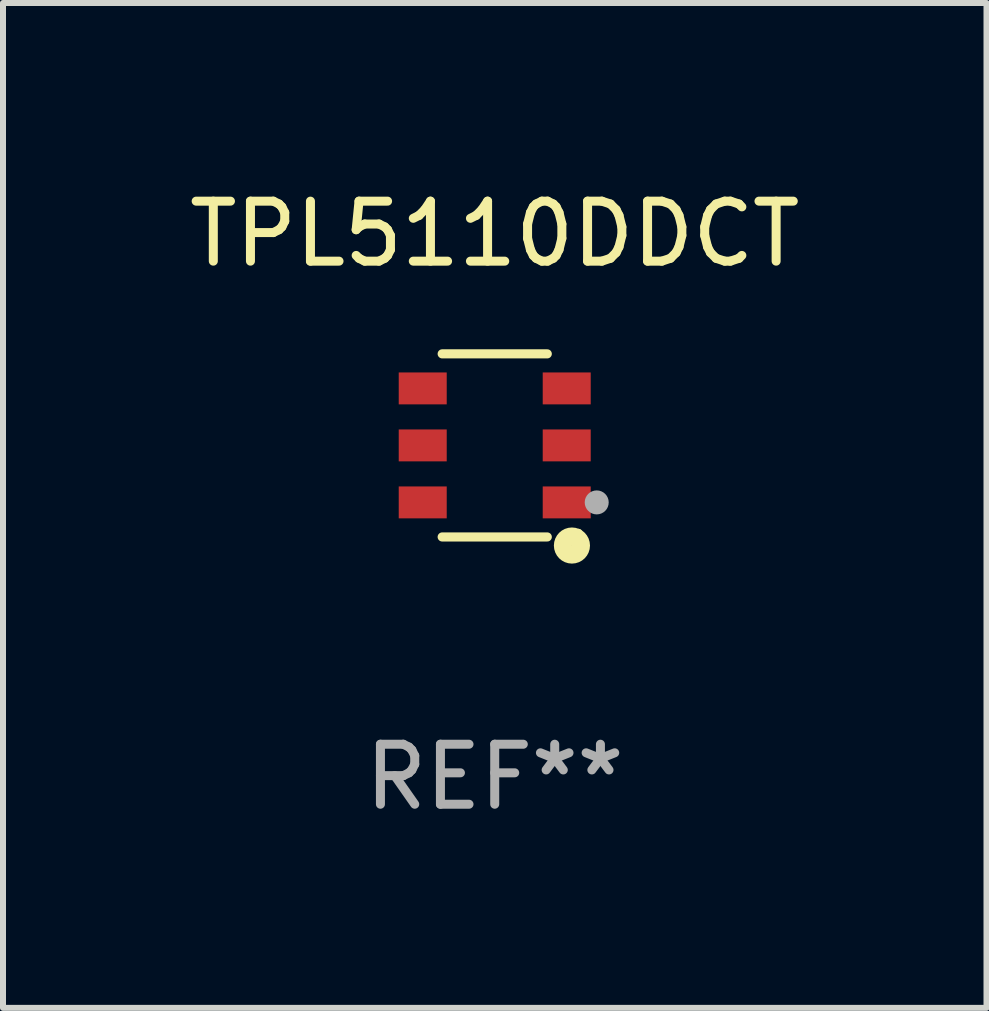
<source format=kicad_pcb>
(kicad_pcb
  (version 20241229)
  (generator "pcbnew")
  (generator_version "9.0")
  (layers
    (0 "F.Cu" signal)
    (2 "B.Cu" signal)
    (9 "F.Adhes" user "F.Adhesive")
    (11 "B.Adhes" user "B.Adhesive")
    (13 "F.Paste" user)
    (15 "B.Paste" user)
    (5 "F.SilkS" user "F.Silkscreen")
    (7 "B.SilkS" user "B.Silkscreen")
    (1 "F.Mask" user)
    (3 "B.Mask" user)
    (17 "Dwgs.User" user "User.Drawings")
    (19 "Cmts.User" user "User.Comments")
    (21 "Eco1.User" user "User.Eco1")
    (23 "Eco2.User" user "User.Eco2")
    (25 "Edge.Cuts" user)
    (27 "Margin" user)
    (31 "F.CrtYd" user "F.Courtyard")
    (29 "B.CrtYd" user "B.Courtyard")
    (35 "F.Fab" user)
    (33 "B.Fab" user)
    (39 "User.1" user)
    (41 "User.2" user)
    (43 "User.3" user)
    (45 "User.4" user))
  (footprint "TPL5110DDCT"
    (layer "F.Cu")
    (at 5.196 4.374)
    (property "Reference" "TPL5110DDCT" (at 0 -3.526 0) (layer "F.SilkS") (effects (font (size 1 1) (thickness 0.15))))
    (attr through_hole)
    (fp_line (start 0.876 -1.526) (end -0.876 -1.526) (stroke (width 0.152) (type solid)) (layer "F.SilkS"))
    (fp_line (start 0.876 1.526) (end -0.876 1.526) (stroke (width 0.152) (type solid)) (layer "F.SilkS"))
    (fp_circle (center 1.287 1.669) (end 1.438 1.669) (stroke (width 0.3) (type solid)) (fill no) (layer "F.SilkS"))
    (fp_circle (center 1.4 1.45) (end 1.43 1.45) (stroke (width 0.06) (type solid)) (fill no) (layer "F.SilkS"))
    (fp_circle (center 1.7 0.95) (end 1.8 0.95) (stroke (width 0.2) (type solid)) (fill no) (layer "F.Fab"))
    (fp_text user "REF**" (at 0 5.526 0) (layer "F.Fab") (effects (font (size 1 1) (thickness 0.15))))
    (pad "1" smd rect (at 1.2 0.95) (size 0.8 0.532) (layers "F.Cu" "F.Mask" "F.Paste"))
    (pad "2" smd rect (at 1.2 0) (size 0.8 0.532) (layers "F.Cu" "F.Mask" "F.Paste"))
    (pad "3" smd rect (at 1.2 -0.95) (size 0.8 0.532) (layers "F.Cu" "F.Mask" "F.Paste"))
    (pad "4" smd rect (at -1.2 -0.95) (size 0.8 0.532) (layers "F.Cu" "F.Mask" "F.Paste"))
    (pad "5" smd rect (at -1.2 0) (size 0.8 0.532) (layers "F.Cu" "F.Mask" "F.Paste"))
    (pad "6" smd rect (at -1.2 0.95) (size 0.8 0.532) (layers "F.Cu" "F.Mask" "F.Paste")))
  (gr_rect
    (start -3 -3)
    (end 13.393 13.749)
    (stroke (width 0.1) (type default))
    (fill no)
    (layer "Edge.Cuts")))
</source>
